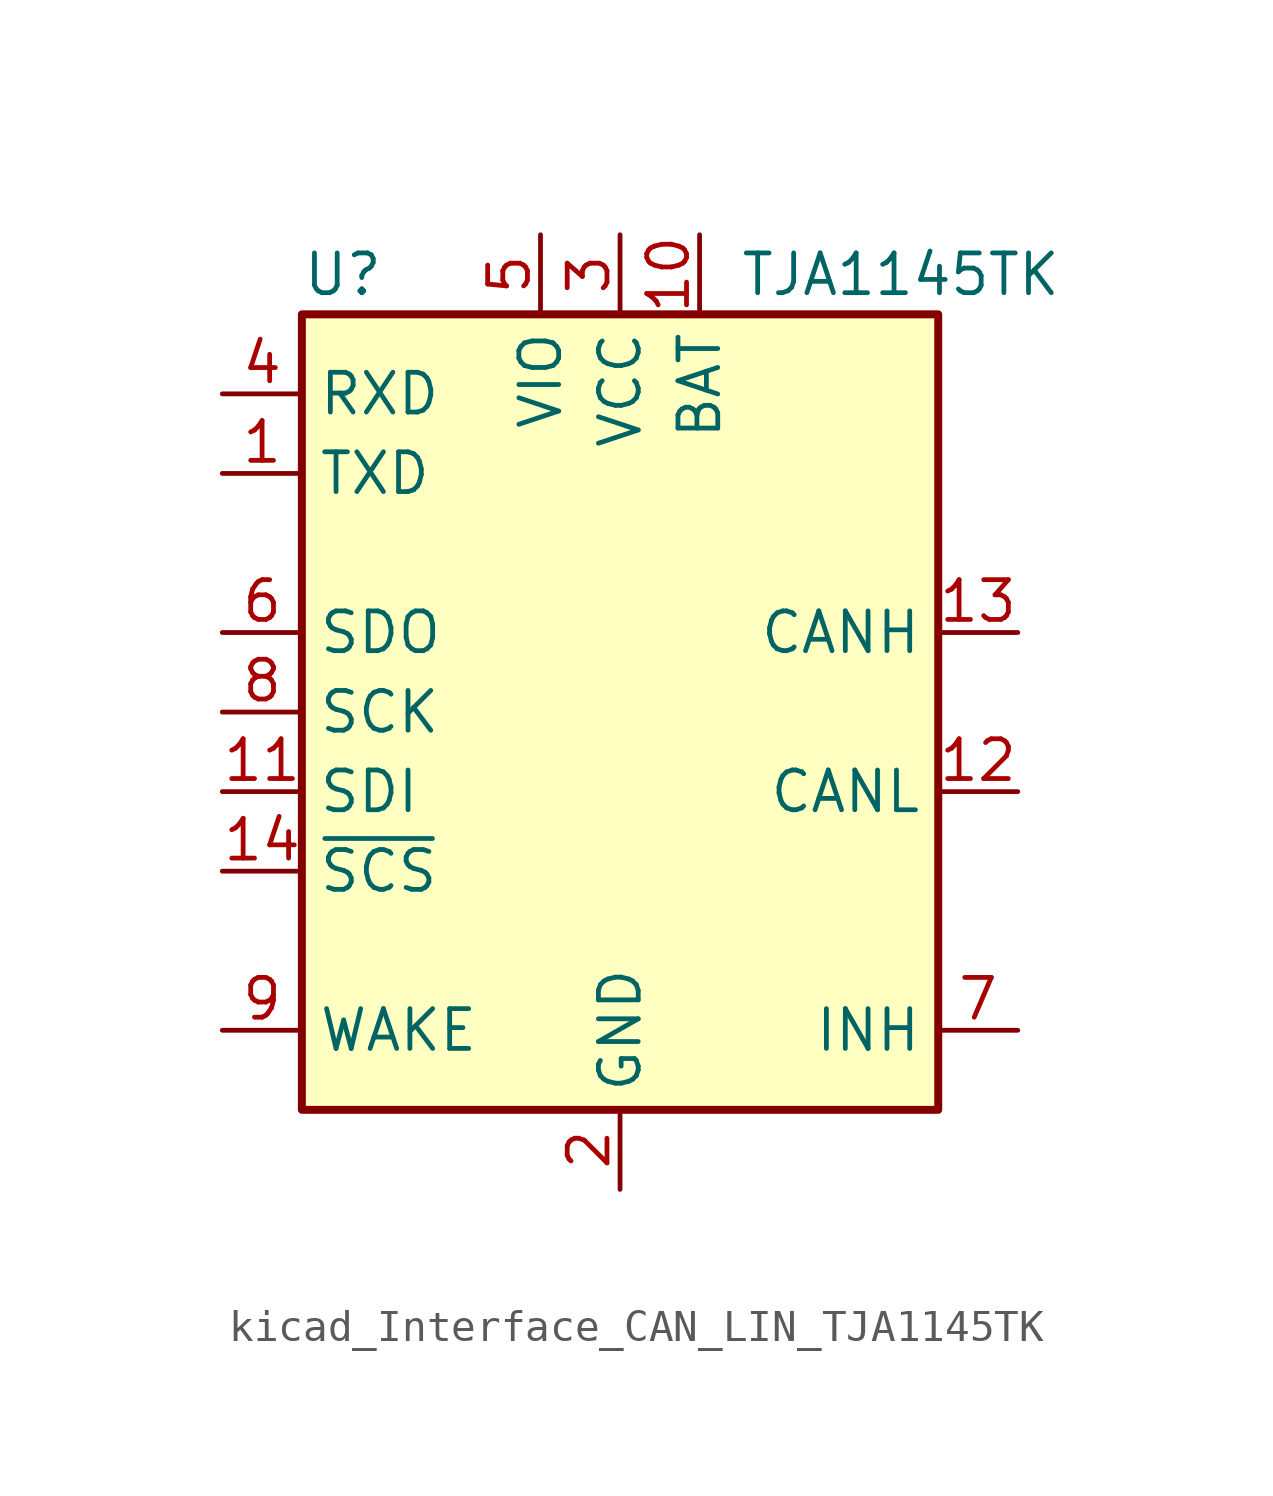
<source format=kicad_sym>
(kicad_symbol_lib
  (version 20220914)
  (generator kicad_symbol_editor)
  (symbol "kicad_Interface_CAN_LIN_TJA1145TK"
    (property "Reference" "U"
      (at -10.16 13.97 0)
      (effects (font (size 1.27 1.27)) (justify left)))
    (property "Value" "TJA1145TK"
      (at 3.81 13.97 0)
      (effects (font (size 1.27 1.27)) (justify left)))
    (symbol "kicad_Interface_CAN_LIN_TJA1145TK_0_1"
      (rectangle (start -10.16 12.7) (end 10.16 -12.7) (stroke (width 0.254) (type default)) (fill (type background))))
    (symbol "kicad_Interface_CAN_LIN_TJA1145TK_1_1"
      (pin input line (at -12.7 7.62 0) (length 2.54) (name "TXD" (effects (font (size 1.27 1.27)))) (number "1" (effects (font (size 1.27 1.27)))))
      (pin power_in line (at 2.54 15.24 270) (length 2.54) (name "BAT" (effects (font (size 1.27 1.27)))) (number "10" (effects (font (size 1.27 1.27)))))
      (pin input line (at -12.7 -2.54 0) (length 2.54) (name "SDI" (effects (font (size 1.27 1.27)))) (number "11" (effects (font (size 1.27 1.27)))))
      (pin bidirectional line (at 12.7 -2.54 180) (length 2.54) (name "CANL" (effects (font (size 1.27 1.27)))) (number "12" (effects (font (size 1.27 1.27)))))
      (pin bidirectional line (at 12.7 2.54 180) (length 2.54) (name "CANH" (effects (font (size 1.27 1.27)))) (number "13" (effects (font (size 1.27 1.27)))))
      (pin input line (at -12.7 -5.08 0) (length 2.54) (name "~{SCS}" (effects (font (size 1.27 1.27)))) (number "14" (effects (font (size 1.27 1.27)))))
      (pin passive line (at 0 -15.24 90) (length 2.54) hide (name "GND" (effects (font (size 1.27 1.27)))) (number "15" (effects (font (size 1.27 1.27)))))
      (pin power_in line (at 0 -15.24 90) (length 2.54) (name "GND" (effects (font (size 1.27 1.27)))) (number "2" (effects (font (size 1.27 1.27)))))
      (pin power_in line (at 0 15.24 270) (length 2.54) (name "VCC" (effects (font (size 1.27 1.27)))) (number "3" (effects (font (size 1.27 1.27)))))
      (pin output line (at -12.7 10.16 0) (length 2.54) (name "RXD" (effects (font (size 1.27 1.27)))) (number "4" (effects (font (size 1.27 1.27)))))
      (pin power_in line (at -2.54 15.24 270) (length 2.54) (name "VIO" (effects (font (size 1.27 1.27)))) (number "5" (effects (font (size 1.27 1.27)))))
      (pin output line (at -12.7 2.54 0) (length 2.54) (name "SDO" (effects (font (size 1.27 1.27)))) (number "6" (effects (font (size 1.27 1.27)))))
      (pin open_emitter line (at 12.7 -10.16 180) (length 2.54) (name "INH" (effects (font (size 1.27 1.27)))) (number "7" (effects (font (size 1.27 1.27)))))
      (pin input line (at -12.7 0 0) (length 2.54) (name "SCK" (effects (font (size 1.27 1.27)))) (number "8" (effects (font (size 1.27 1.27)))))
      (pin input line (at -12.7 -10.16 0) (length 2.54) (name "WAKE" (effects (font (size 1.27 1.27)))) (number "9" (effects (font (size 1.27 1.27))))))))
</source>
